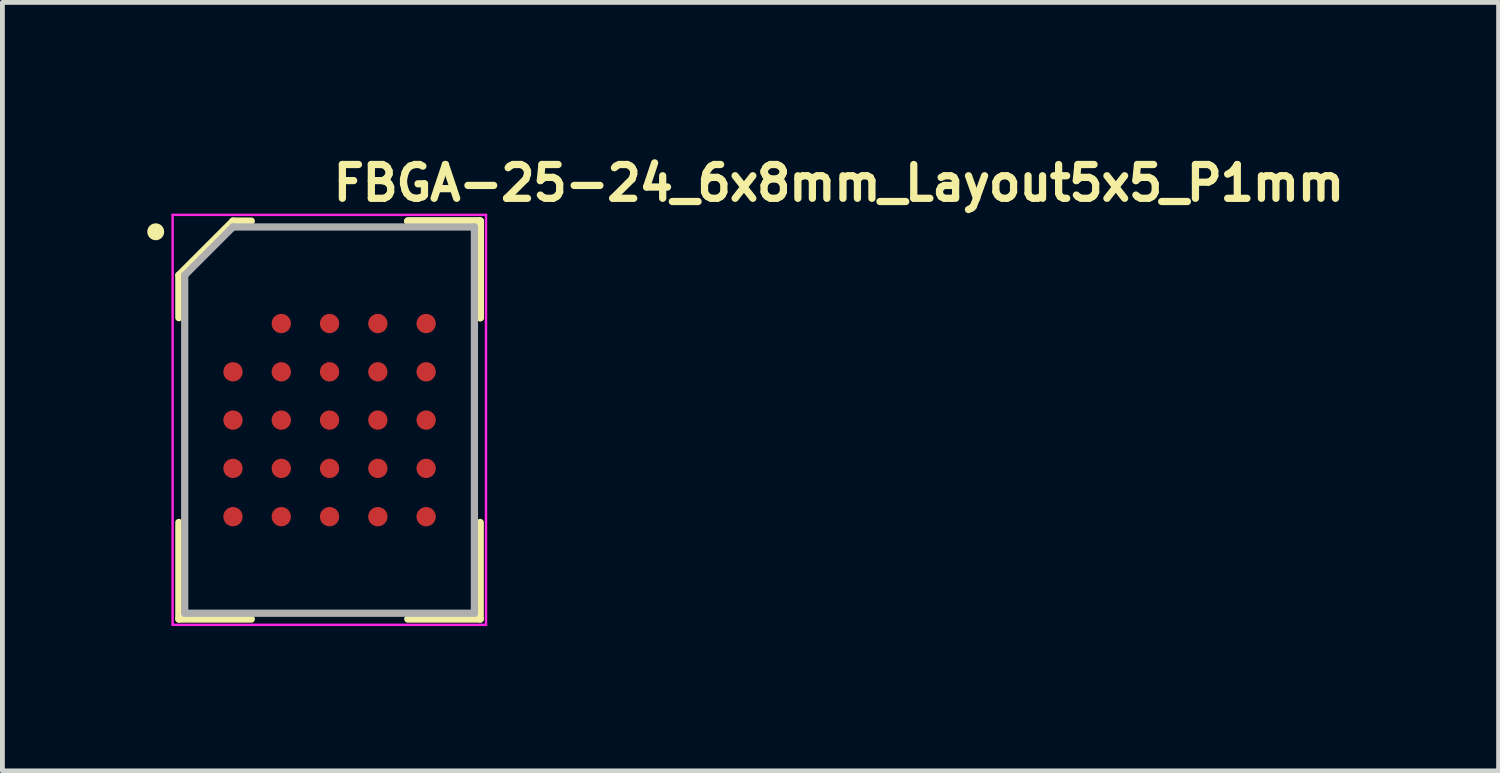
<source format=kicad_pcb>
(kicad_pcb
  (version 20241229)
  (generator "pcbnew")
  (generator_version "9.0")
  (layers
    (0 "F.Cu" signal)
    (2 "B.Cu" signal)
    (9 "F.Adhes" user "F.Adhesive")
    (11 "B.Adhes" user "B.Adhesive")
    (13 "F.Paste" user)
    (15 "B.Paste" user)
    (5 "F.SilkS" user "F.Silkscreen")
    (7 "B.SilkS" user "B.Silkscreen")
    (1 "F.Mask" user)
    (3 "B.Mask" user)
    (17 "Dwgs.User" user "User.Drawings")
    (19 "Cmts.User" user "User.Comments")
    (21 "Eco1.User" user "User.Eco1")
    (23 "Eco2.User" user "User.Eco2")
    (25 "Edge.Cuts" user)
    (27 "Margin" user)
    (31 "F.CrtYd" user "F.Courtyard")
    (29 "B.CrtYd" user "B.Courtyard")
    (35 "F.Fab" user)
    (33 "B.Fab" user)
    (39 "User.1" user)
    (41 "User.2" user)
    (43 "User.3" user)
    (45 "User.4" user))
  (footprint "FBGA-25-24_6x8mm_Layout5x5_P1mm"
    (layer "F.Cu")
    (at 3.775 5.65)
    (property "Reference" "FBGA-25-24_6x8mm_Layout5x5_P1mm" (at 0 -4.5 0) (layer "F.SilkS") (effects (font (size 0.7 0.7) (thickness 0.15)) (justify left bottom)))
    (attr smd)
    (fp_line (start -3.121 -3) (end -3.121 -2.121) (stroke (width 0.15) (type solid)) (layer "F.SilkS"))
    (fp_line (start -3.121 4.12) (end -3.121 2.12) (stroke (width 0.15) (type solid)) (layer "F.SilkS"))
    (fp_line (start -2 -4.121) (end -3.121 -3) (stroke (width 0.15) (type solid)) (layer "F.SilkS"))
    (fp_line (start -1.621 -4.121) (end -2 -4.121) (stroke (width 0.15) (type solid)) (layer "F.SilkS"))
    (fp_line (start -1.621 4.12) (end -3.121 4.12) (stroke (width 0.15) (type solid)) (layer "F.SilkS"))
    (fp_line (start 1.62 -4.121) (end 3.12 -4.121) (stroke (width 0.15) (type solid)) (layer "F.SilkS"))
    (fp_line (start 1.62 -4.121) (end 3.12 -4.121) (stroke (width 0.15) (type solid)) (layer "F.SilkS"))
    (fp_line (start 1.62 -4.121) (end 3.12 -4.121) (stroke (width 0.15) (type solid)) (layer "F.SilkS"))
    (fp_line (start 1.62 4.12) (end 3.12 4.12) (stroke (width 0.15) (type solid)) (layer "F.SilkS"))
    (fp_line (start 3.12 -4.121) (end 3.12 -2.121) (stroke (width 0.15) (type solid)) (layer "F.SilkS"))
    (fp_line (start 3.12 -4.121) (end 3.12 -2.121) (stroke (width 0.15) (type solid)) (layer "F.SilkS"))
    (fp_line (start 3.12 -4.121) (end 3.12 -2.121) (stroke (width 0.15) (type solid)) (layer "F.SilkS"))
    (fp_line (start 3.12 4.12) (end 3.12 2.12) (stroke (width 0.15) (type solid)) (layer "F.SilkS"))
    (fp_circle (center -3.6 -3.9) (end -3.5 -3.9) (stroke (width 0.15) (type solid)) (fill yes) (layer "F.SilkS"))
    (fp_line (start -3.25 -4.25) (end 3.24 -4.25) (stroke (width 0.05) (type solid)) (layer "F.CrtYd"))
    (fp_line (start -3.25 4.24) (end -3.25 -4.25) (stroke (width 0.05) (type solid)) (layer "F.CrtYd"))
    (fp_line (start 3.24 -4.25) (end 3.24 4.24) (stroke (width 0.05) (type solid)) (layer "F.CrtYd"))
    (fp_line (start 3.24 4.24) (end -3.25 4.24) (stroke (width 0.05) (type solid)) (layer "F.CrtYd"))
    (fp_line (start -3 -3) (end -3 4) (stroke (width 0.15) (type solid)) (layer "F.Fab"))
    (fp_line (start -3 4) (end 3 4) (stroke (width 0.15) (type solid)) (layer "F.Fab"))
    (fp_line (start -2 -4) (end -3 -3) (stroke (width 0.15) (type solid)) (layer "F.Fab"))
    (fp_line (start 3 -4) (end -2 -4) (stroke (width 0.15) (type solid)) (layer "F.Fab"))
    (fp_line (start 3 4) (end 3 -4) (stroke (width 0.15) (type solid)) (layer "F.Fab"))
    (fp_rect (start -3 -4) (end 3 4) (stroke (width 0.1) (type solid)) (fill no) (layer "User.5"))
    (fp_line (start -3 -4) (end -3 4) (stroke (width 0.02) (type solid)) (layer "User.9"))
    (fp_line (start -3 4) (end 3 4) (stroke (width 0.02) (type solid)) (layer "User.9"))
    (fp_line (start -2.099 -2.919) (end -2.099 -2.913) (stroke (width 0.02) (type solid)) (layer "User.9"))
    (fp_line (start -2.099 -2.913) (end -2.099 -2.906) (stroke (width 0.02) (type solid)) (layer "User.9"))
    (fp_line (start -2.099 -2.906) (end -2.099 -2.9) (stroke (width 0.02) (type solid)) (layer "User.9"))
    (fp_line (start -2.099 -2.9) (end -2.099 -2.886) (stroke (width 0.02) (type solid)) (layer "User.9"))
    (fp_line (start -2.099 -2.886) (end -2.098 -2.873) (stroke (width 0.02) (type solid)) (layer "User.9"))
    (fp_line (start -2.098 -2.926) (end -2.099 -2.919) (stroke (width 0.02) (type solid)) (layer "User.9"))
    (fp_line (start -2.098 -2.873) (end -2.096 -2.86) (stroke (width 0.02) (type solid)) (layer "User.9"))
    (fp_line (start -2.097 -2.933) (end -2.098 -2.926) (stroke (width 0.02) (type solid)) (layer "User.9"))
    (fp_line (start -2.096 -2.939) (end -2.097 -2.933) (stroke (width 0.02) (type solid)) (layer "User.9"))
    (fp_line (start -2.096 -2.86) (end -2.093 -2.847) (stroke (width 0.02) (type solid)) (layer "User.9"))
    (fp_line (start -2.095 -2.913) (end -2.095 -2.906) (stroke (width 0.02) (type solid)) (layer "User.9"))
    (fp_line (start -2.095 -2.906) (end -2.095 -2.9) (stroke (width 0.02) (type solid)) (layer "User.9"))
    (fp_line (start -2.095 -2.9) (end -2.095 -2.886) (stroke (width 0.02) (type solid)) (layer "User.9"))
    (fp_line (start -2.095 -2.886) (end -2.093 -2.874) (stroke (width 0.02) (type solid)) (layer "User.9"))
    (fp_line (start -2.094 -2.945) (end -2.096 -2.939) (stroke (width 0.02) (type solid)) (layer "User.9"))
    (fp_line (start -2.094 -2.919) (end -2.095 -2.913) (stroke (width 0.02) (type solid)) (layer "User.9"))
    (fp_line (start -2.093 -2.952) (end -2.094 -2.945) (stroke (width 0.02) (type solid)) (layer "User.9"))
    (fp_line (start -2.093 -2.925) (end -2.094 -2.919) (stroke (width 0.02) (type solid)) (layer "User.9"))
    (fp_line (start -2.093 -2.874) (end -2.091 -2.861) (stroke (width 0.02) (type solid)) (layer "User.9"))
    (fp_line (start -2.093 -2.847) (end -2.089 -2.835) (stroke (width 0.02) (type solid)) (layer "User.9"))
    (fp_line (start -2.092 -2.932) (end -2.093 -2.925) (stroke (width 0.02) (type solid)) (layer "User.9"))
    (fp_line (start -2.091 -2.958) (end -2.093 -2.952) (stroke (width 0.02) (type solid)) (layer "User.9"))
    (fp_line (start -2.091 -2.938) (end -2.092 -2.932) (stroke (width 0.02) (type solid)) (layer "User.9"))
    (fp_line (start -2.091 -2.861) (end -2.088 -2.848) (stroke (width 0.02) (type solid)) (layer "User.9"))
    (fp_line (start -2.09 -2.944) (end -2.091 -2.938) (stroke (width 0.02) (type solid)) (layer "User.9"))
    (fp_line (start -2.089 -2.964) (end -2.091 -2.958) (stroke (width 0.02) (type solid)) (layer "User.9"))
    (fp_line (start -2.089 -2.835) (end -2.084 -2.823) (stroke (width 0.02) (type solid)) (layer "User.9"))
    (fp_line (start -2.088 -2.951) (end -2.09 -2.944) (stroke (width 0.02) (type solid)) (layer "User.9"))
    (fp_line (start -2.088 -2.848) (end -2.085 -2.836) (stroke (width 0.02) (type solid)) (layer "User.9"))
    (fp_line (start -2.087 -2.97) (end -2.089 -2.964) (stroke (width 0.02) (type solid)) (layer "User.9"))
    (fp_line (start -2.087 -2.957) (end -2.088 -2.951) (stroke (width 0.02) (type solid)) (layer "User.9"))
    (fp_line (start -2.085 -2.963) (end -2.087 -2.957) (stroke (width 0.02) (type solid)) (layer "User.9"))
    (fp_line (start -2.085 -2.836) (end -2.08 -2.824) (stroke (width 0.02) (type solid)) (layer "User.9"))
    (fp_line (start -2.084 -2.976) (end -2.087 -2.97) (stroke (width 0.02) (type solid)) (layer "User.9"))
    (fp_line (start -2.084 -2.823) (end -2.079 -2.811) (stroke (width 0.02) (type solid)) (layer "User.9"))
    (fp_line (start -2.082 -2.982) (end -2.084 -2.976) (stroke (width 0.02) (type solid)) (layer "User.9"))
    (fp_line (start -2.082 -2.969) (end -2.085 -2.963) (stroke (width 0.02) (type solid)) (layer "User.9"))
    (fp_line (start -2.08 -2.975) (end -2.082 -2.969) (stroke (width 0.02) (type solid)) (layer "User.9"))
    (fp_line (start -2.08 -2.824) (end -2.075 -2.813) (stroke (width 0.02) (type solid)) (layer "User.9"))
    (fp_line (start -2.079 -2.988) (end -2.082 -2.982) (stroke (width 0.02) (type solid)) (layer "User.9"))
    (fp_line (start -2.079 -2.811) (end -2.073 -2.799) (stroke (width 0.02) (type solid)) (layer "User.9"))
    (fp_line (start -2.078 -2.98) (end -2.08 -2.975) (stroke (width 0.02) (type solid)) (layer "User.9"))
    (fp_line (start -2.076 -2.994) (end -2.079 -2.988) (stroke (width 0.02) (type solid)) (layer "User.9"))
    (fp_line (start -2.075 -2.986) (end -2.078 -2.98) (stroke (width 0.02) (type solid)) (layer "User.9"))
    (fp_line (start -2.075 -2.813) (end -2.069 -2.802) (stroke (width 0.02) (type solid)) (layer "User.9"))
    (fp_line (start -2.073 -3) (end -2.076 -2.994) (stroke (width 0.02) (type solid)) (layer "User.9"))
    (fp_line (start -2.073 -2.799) (end -2.066 -2.789) (stroke (width 0.02) (type solid)) (layer "User.9"))
    (fp_line (start -2.072 -2.992) (end -2.075 -2.986) (stroke (width 0.02) (type solid)) (layer "User.9"))
    (fp_line (start -2.069 -3.005) (end -2.073 -3) (stroke (width 0.02) (type solid)) (layer "User.9"))
    (fp_line (start -2.069 -2.997) (end -2.072 -2.992) (stroke (width 0.02) (type solid)) (layer "User.9"))
    (fp_line (start -2.069 -2.802) (end -2.062 -2.791) (stroke (width 0.02) (type solid)) (layer "User.9"))
    (fp_line (start -2.066 -3.01) (end -2.069 -3.005) (stroke (width 0.02) (type solid)) (layer "User.9"))
    (fp_line (start -2.066 -3.003) (end -2.069 -2.997) (stroke (width 0.02) (type solid)) (layer "User.9"))
    (fp_line (start -2.066 -2.789) (end -2.058 -2.778) (stroke (width 0.02) (type solid)) (layer "User.9"))
    (fp_line (start -2.062 -3.016) (end -2.066 -3.01) (stroke (width 0.02) (type solid)) (layer "User.9"))
    (fp_line (start -2.062 -3.008) (end -2.066 -3.003) (stroke (width 0.02) (type solid)) (layer "User.9"))
    (fp_line (start -2.062 -2.791) (end -2.055 -2.781) (stroke (width 0.02) (type solid)) (layer "User.9"))
    (fp_line (start -2.059 -3.013) (end -2.062 -3.008) (stroke (width 0.02) (type solid)) (layer "User.9"))
    (fp_line (start -2.058 -3.021) (end -2.062 -3.016) (stroke (width 0.02) (type solid)) (layer "User.9"))
    (fp_line (start -2.058 -2.778) (end -2.05 -2.768) (stroke (width 0.02) (type solid)) (layer "User.9"))
    (fp_line (start -2.055 -3.018) (end -2.059 -3.013) (stroke (width 0.02) (type solid)) (layer "User.9"))
    (fp_line (start -2.055 -2.781) (end -2.047 -2.771) (stroke (width 0.02) (type solid)) (layer "User.9"))
    (fp_line (start -2.054 -3.026) (end -2.058 -3.021) (stroke (width 0.02) (type solid)) (layer "User.9"))
    (fp_line (start -2.051 -3.023) (end -2.055 -3.018) (stroke (width 0.02) (type solid)) (layer "User.9"))
    (fp_line (start -2.05 -3.031) (end -2.054 -3.026) (stroke (width 0.02) (type solid)) (layer "User.9"))
    (fp_line (start -2.05 -2.768) (end -2.041 -2.758) (stroke (width 0.02) (type solid)) (layer "User.9"))
    (fp_line (start -2.047 -3.028) (end -2.051 -3.023) (stroke (width 0.02) (type solid)) (layer "User.9"))
    (fp_line (start -2.047 -2.771) (end -2.038 -2.761) (stroke (width 0.02) (type solid)) (layer "User.9"))
    (fp_line (start -2.046 -3.036) (end -2.05 -3.031) (stroke (width 0.02) (type solid)) (layer "User.9"))
    (fp_line (start -2.043 -3.033) (end -2.047 -3.028) (stroke (width 0.02) (type solid)) (layer "User.9"))
    (fp_line (start -2.041 -3.041) (end -2.046 -3.036) (stroke (width 0.02) (type solid)) (layer "User.9"))
    (fp_line (start -2.041 -2.758) (end -2.032 -2.749) (stroke (width 0.02) (type solid)) (layer "User.9"))
    (fp_line (start -2.038 -3.038) (end -2.043 -3.033) (stroke (width 0.02) (type solid)) (layer "User.9"))
    (fp_line (start -2.038 -2.761) (end -2.029 -2.753) (stroke (width 0.02) (type solid)) (layer "User.9"))
    (fp_line (start -2.037 -3.045) (end -2.041 -3.041) (stroke (width 0.02) (type solid)) (layer "User.9"))
    (fp_line (start -2.034 -3.042) (end -2.038 -3.038) (stroke (width 0.02) (type solid)) (layer "User.9"))
    (fp_line (start -2.032 -3.05) (end -2.037 -3.045) (stroke (width 0.02) (type solid)) (layer "User.9"))
    (fp_line (start -2.032 -2.749) (end -2.022 -2.741) (stroke (width 0.02) (type solid)) (layer "User.9"))
    (fp_line (start -2.029 -3.046) (end -2.034 -3.042) (stroke (width 0.02) (type solid)) (layer "User.9"))
    (fp_line (start -2.029 -2.753) (end -2.019 -2.745) (stroke (width 0.02) (type solid)) (layer "User.9"))
    (fp_line (start -2.027 -3.054) (end -2.032 -3.05) (stroke (width 0.02) (type solid)) (layer "User.9"))
    (fp_line (start -2.024 -3.05) (end -2.029 -3.046) (stroke (width 0.02) (type solid)) (layer "User.9"))
    (fp_line (start -2.022 -3.058) (end -2.027 -3.054) (stroke (width 0.02) (type solid)) (layer "User.9"))
    (fp_line (start -2.022 -2.741) (end -2.011 -2.733) (stroke (width 0.02) (type solid)) (layer "User.9"))
    (fp_line (start -2.019 -3.054) (end -2.024 -3.05) (stroke (width 0.02) (type solid)) (layer "User.9"))
    (fp_line (start -2.019 -2.745) (end -2.008 -2.737) (stroke (width 0.02) (type solid)) (layer "User.9"))
    (fp_line (start -2.016 -3.062) (end -2.022 -3.058) (stroke (width 0.02) (type solid)) (layer "User.9"))
    (fp_line (start -2.014 -3.058) (end -2.019 -3.054) (stroke (width 0.02) (type solid)) (layer "User.9"))
    (fp_line (start -2.011 -3.066) (end -2.016 -3.062) (stroke (width 0.02) (type solid)) (layer "User.9"))
    (fp_line (start -2.011 -2.733) (end -2 -2.726) (stroke (width 0.02) (type solid)) (layer "User.9"))
    (fp_line (start -2.008 -3.062) (end -2.014 -3.058) (stroke (width 0.02) (type solid)) (layer "User.9"))
    (fp_line (start -2.008 -2.737) (end -1.997 -2.73) (stroke (width 0.02) (type solid)) (layer "User.9"))
    (fp_line (start -2.005 -3.069) (end -2.011 -3.066) (stroke (width 0.02) (type solid)) (layer "User.9"))
    (fp_line (start -2.003 -3.066) (end -2.008 -3.062) (stroke (width 0.02) (type solid)) (layer "User.9"))
    (fp_line (start -2 -3.073) (end -2.005 -3.069) (stroke (width 0.02) (type solid)) (layer "User.9"))
    (fp_line (start -2 -3.073) (end -2 -3.073) (stroke (width 0.02) (type solid)) (layer "User.9"))
    (fp_line (start -2 -2.726) (end -2 -2.726) (stroke (width 0.02) (type solid)) (layer "User.9"))
    (fp_line (start -2 -2.726) (end -1.988 -2.72) (stroke (width 0.02) (type solid)) (layer "User.9"))
    (fp_line (start -1.997 -3.069) (end -2.003 -3.066) (stroke (width 0.02) (type solid)) (layer "User.9"))
    (fp_line (start -1.997 -3.069) (end -1.997 -3.069) (stroke (width 0.02) (type solid)) (layer "User.9"))
    (fp_line (start -1.997 -2.73) (end -1.997 -2.73) (stroke (width 0.02) (type solid)) (layer "User.9"))
    (fp_line (start -1.997 -2.73) (end -1.986 -2.724) (stroke (width 0.02) (type solid)) (layer "User.9"))
    (fp_line (start -1.988 -3.079) (end -2 -3.073) (stroke (width 0.02) (type solid)) (layer "User.9"))
    (fp_line (start -1.988 -2.72) (end -1.976 -2.715) (stroke (width 0.02) (type solid)) (layer "User.9"))
    (fp_line (start -1.986 -3.075) (end -1.997 -3.069) (stroke (width 0.02) (type solid)) (layer "User.9"))
    (fp_line (start -1.986 -2.724) (end -1.974 -2.719) (stroke (width 0.02) (type solid)) (layer "User.9"))
    (fp_line (start -1.976 -3.084) (end -1.988 -3.079) (stroke (width 0.02) (type solid)) (layer "User.9"))
    (fp_line (start -1.976 -2.715) (end -1.963 -2.71) (stroke (width 0.02) (type solid)) (layer "User.9"))
    (fp_line (start -1.974 -3.08) (end -1.986 -3.075) (stroke (width 0.02) (type solid)) (layer "User.9"))
    (fp_line (start -1.974 -2.719) (end -1.962 -2.714) (stroke (width 0.02) (type solid)) (layer "User.9"))
    (fp_line (start -1.963 -3.089) (end -1.976 -3.084) (stroke (width 0.02) (type solid)) (layer "User.9"))
    (fp_line (start -1.963 -2.71) (end -1.951 -2.706) (stroke (width 0.02) (type solid)) (layer "User.9"))
    (fp_line (start -1.962 -3.085) (end -1.974 -3.08) (stroke (width 0.02) (type solid)) (layer "User.9"))
    (fp_line (start -1.962 -2.714) (end -1.95 -2.71) (stroke (width 0.02) (type solid)) (layer "User.9"))
    (fp_line (start -1.951 -3.093) (end -1.963 -3.089) (stroke (width 0.02) (type solid)) (layer "User.9"))
    (fp_line (start -1.951 -2.706) (end -1.938 -2.703) (stroke (width 0.02) (type solid)) (layer "User.9"))
    (fp_line (start -1.95 -3.089) (end -1.962 -3.085) (stroke (width 0.02) (type solid)) (layer "User.9"))
    (fp_line (start -1.95 -2.71) (end -1.937 -2.708) (stroke (width 0.02) (type solid)) (layer "User.9"))
    (fp_line (start -1.938 -3.096) (end -1.951 -3.093) (stroke (width 0.02) (type solid)) (layer "User.9"))
    (fp_line (start -1.938 -2.703) (end -1.925 -2.701) (stroke (width 0.02) (type solid)) (layer "User.9"))
    (fp_line (start -1.937 -3.091) (end -1.95 -3.089) (stroke (width 0.02) (type solid)) (layer "User.9"))
    (fp_line (start -1.937 -2.708) (end -1.925 -2.706) (stroke (width 0.02) (type solid)) (layer "User.9"))
    (fp_line (start -1.925 -3.098) (end -1.938 -3.096) (stroke (width 0.02) (type solid)) (layer "User.9"))
    (fp_line (start -1.925 -3.093) (end -1.937 -3.091) (stroke (width 0.02) (type solid)) (layer "User.9"))
    (fp_line (start -1.925 -2.706) (end -1.912 -2.704) (stroke (width 0.02) (type solid)) (layer "User.9"))
    (fp_line (start -1.925 -2.701) (end -1.912 -2.7) (stroke (width 0.02) (type solid)) (layer "User.9"))
    (fp_line (start -1.912 -3.099) (end -1.925 -3.098) (stroke (width 0.02) (type solid)) (layer "User.9"))
    (fp_line (start -1.912 -3.095) (end -1.925 -3.093) (stroke (width 0.02) (type solid)) (layer "User.9"))
    (fp_line (start -1.912 -2.704) (end -1.9 -2.704) (stroke (width 0.02) (type solid)) (layer "User.9"))
    (fp_line (start -1.912 -2.7) (end -1.9 -2.699) (stroke (width 0.02) (type solid)) (layer "User.9"))
    (fp_line (start -1.9 -3.1) (end -1.912 -3.099) (stroke (width 0.02) (type solid)) (layer "User.9"))
    (fp_line (start -1.9 -3.095) (end -1.912 -3.095) (stroke (width 0.02) (type solid)) (layer "User.9"))
    (fp_line (start -1.9 -2.704) (end -1.887 -2.704) (stroke (width 0.02) (type solid)) (layer "User.9"))
    (fp_line (start -1.9 -2.699) (end -1.887 -2.7) (stroke (width 0.02) (type solid)) (layer "User.9"))
    (fp_line (start -1.887 -3.099) (end -1.9 -3.1) (stroke (width 0.02) (type solid)) (layer "User.9"))
    (fp_line (start -1.887 -3.095) (end -1.9 -3.095) (stroke (width 0.02) (type solid)) (layer "User.9"))
    (fp_line (start -1.887 -2.704) (end -1.874 -2.706) (stroke (width 0.02) (type solid)) (layer "User.9"))
    (fp_line (start -1.887 -2.7) (end -1.874 -2.701) (stroke (width 0.02) (type solid)) (layer "User.9"))
    (fp_line (start -1.874 -3.098) (end -1.887 -3.099) (stroke (width 0.02) (type solid)) (layer "User.9"))
    (fp_line (start -1.874 -3.093) (end -1.887 -3.095) (stroke (width 0.02) (type solid)) (layer "User.9"))
    (fp_line (start -1.874 -2.706) (end -1.862 -2.708) (stroke (width 0.02) (type solid)) (layer "User.9"))
    (fp_line (start -1.874 -2.701) (end -1.861 -2.703) (stroke (width 0.02) (type solid)) (layer "User.9"))
    (fp_line (start -1.862 -3.091) (end -1.874 -3.093) (stroke (width 0.02) (type solid)) (layer "User.9"))
    (fp_line (start -1.862 -2.708) (end -1.849 -2.71) (stroke (width 0.02) (type solid)) (layer "User.9"))
    (fp_line (start -1.861 -3.096) (end -1.874 -3.098) (stroke (width 0.02) (type solid)) (layer "User.9"))
    (fp_line (start -1.861 -2.703) (end -1.848 -2.706) (stroke (width 0.02) (type solid)) (layer "User.9"))
    (fp_line (start -1.849 -3.089) (end -1.862 -3.091) (stroke (width 0.02) (type solid)) (layer "User.9"))
    (fp_line (start -1.849 -2.71) (end -1.837 -2.714) (stroke (width 0.02) (type solid)) (layer "User.9"))
    (fp_line (start -1.848 -3.093) (end -1.861 -3.096) (stroke (width 0.02) (type solid)) (layer "User.9"))
    (fp_line (start -1.848 -2.706) (end -1.836 -2.71) (stroke (width 0.02) (type solid)) (layer "User.9"))
    (fp_line (start -1.837 -3.085) (end -1.849 -3.089) (stroke (width 0.02) (type solid)) (layer "User.9"))
    (fp_line (start -1.837 -2.714) (end -1.825 -2.719) (stroke (width 0.02) (type solid)) (layer "User.9"))
    (fp_line (start -1.836 -3.089) (end -1.848 -3.093) (stroke (width 0.02) (type solid)) (layer "User.9"))
    (fp_line (start -1.836 -2.71) (end -1.823 -2.715) (stroke (width 0.02) (type solid)) (layer "User.9"))
    (fp_line (start -1.825 -3.08) (end -1.837 -3.085) (stroke (width 0.02) (type solid)) (layer "User.9"))
    (fp_line (start -1.825 -2.719) (end -1.813 -2.724) (stroke (width 0.02) (type solid)) (layer "User.9"))
    (fp_line (start -1.823 -3.084) (end -1.836 -3.089) (stroke (width 0.02) (type solid)) (layer "User.9"))
    (fp_line (start -1.823 -2.715) (end -1.811 -2.72) (stroke (width 0.02) (type solid)) (layer "User.9"))
    (fp_line (start -1.813 -3.075) (end -1.825 -3.08) (stroke (width 0.02) (type solid)) (layer "User.9"))
    (fp_line (start -1.813 -2.724) (end -1.802 -2.73) (stroke (width 0.02) (type solid)) (layer "User.9"))
    (fp_line (start -1.811 -3.079) (end -1.823 -3.084) (stroke (width 0.02) (type solid)) (layer "User.9"))
    (fp_line (start -1.811 -2.72) (end -1.799 -2.726) (stroke (width 0.02) (type solid)) (layer "User.9"))
    (fp_line (start -1.802 -3.069) (end -1.813 -3.075) (stroke (width 0.02) (type solid)) (layer "User.9"))
    (fp_line (start -1.802 -3.069) (end -1.802 -3.069) (stroke (width 0.02) (type solid)) (layer "User.9"))
    (fp_line (start -1.802 -2.73) (end -1.802 -2.73) (stroke (width 0.02) (type solid)) (layer "User.9"))
    (fp_line (start -1.802 -2.73) (end -1.796 -2.733) (stroke (width 0.02) (type solid)) (layer "User.9"))
    (fp_line (start -1.799 -3.073) (end -1.811 -3.079) (stroke (width 0.02) (type solid)) (layer "User.9"))
    (fp_line (start -1.799 -3.073) (end -1.799 -3.073) (stroke (width 0.02) (type solid)) (layer "User.9"))
    (fp_line (start -1.799 -2.726) (end -1.799 -2.726) (stroke (width 0.02) (type solid)) (layer "User.9"))
    (fp_line (start -1.799 -2.726) (end -1.794 -2.73) (stroke (width 0.02) (type solid)) (layer "User.9"))
    (fp_line (start -1.796 -2.733) (end -1.791 -2.737) (stroke (width 0.02) (type solid)) (layer "User.9"))
    (fp_line (start -1.794 -2.73) (end -1.788 -2.733) (stroke (width 0.02) (type solid)) (layer "User.9"))
    (fp_line (start -1.791 -3.062) (end -1.802 -3.069) (stroke (width 0.02) (type solid)) (layer "User.9"))
    (fp_line (start -1.791 -2.737) (end -1.785 -2.741) (stroke (width 0.02) (type solid)) (layer "User.9"))
    (fp_line (start -1.788 -3.066) (end -1.799 -3.073) (stroke (width 0.02) (type solid)) (layer "User.9"))
    (fp_line (start -1.788 -2.733) (end -1.783 -2.737) (stroke (width 0.02) (type solid)) (layer "User.9"))
    (fp_line (start -1.785 -2.741) (end -1.78 -2.745) (stroke (width 0.02) (type solid)) (layer "User.9"))
    (fp_line (start -1.783 -2.737) (end -1.777 -2.741) (stroke (width 0.02) (type solid)) (layer "User.9"))
    (fp_line (start -1.78 -3.054) (end -1.791 -3.062) (stroke (width 0.02) (type solid)) (layer "User.9"))
    (fp_line (start -1.78 -2.745) (end -1.775 -2.749) (stroke (width 0.02) (type solid)) (layer "User.9"))
    (fp_line (start -1.777 -3.058) (end -1.788 -3.066) (stroke (width 0.02) (type solid)) (layer "User.9"))
    (fp_line (start -1.777 -2.741) (end -1.772 -2.745) (stroke (width 0.02) (type solid)) (layer "User.9"))
    (fp_line (start -1.775 -2.749) (end -1.77 -2.753) (stroke (width 0.02) (type solid)) (layer "User.9"))
    (fp_line (start -1.772 -2.745) (end -1.767 -2.749) (stroke (width 0.02) (type solid)) (layer "User.9"))
    (fp_line (start -1.77 -3.046) (end -1.78 -3.054) (stroke (width 0.02) (type solid)) (layer "User.9"))
    (fp_line (start -1.77 -2.753) (end -1.765 -2.757) (stroke (width 0.02) (type solid)) (layer "User.9"))
    (fp_line (start -1.767 -3.05) (end -1.777 -3.058) (stroke (width 0.02) (type solid)) (layer "User.9"))
    (fp_line (start -1.767 -2.749) (end -1.762 -2.754) (stroke (width 0.02) (type solid)) (layer "User.9"))
    (fp_line (start -1.765 -2.757) (end -1.761 -2.761) (stroke (width 0.02) (type solid)) (layer "User.9"))
    (fp_line (start -1.762 -2.754) (end -1.758 -2.758) (stroke (width 0.02) (type solid)) (layer "User.9"))
    (fp_line (start -1.761 -3.038) (end -1.77 -3.046) (stroke (width 0.02) (type solid)) (layer "User.9"))
    (fp_line (start -1.761 -2.761) (end -1.756 -2.766) (stroke (width 0.02) (type solid)) (layer "User.9"))
    (fp_line (start -1.758 -3.041) (end -1.767 -3.05) (stroke (width 0.02) (type solid)) (layer "User.9"))
    (fp_line (start -1.758 -2.758) (end -1.753 -2.763) (stroke (width 0.02) (type solid)) (layer "User.9"))
    (fp_line (start -1.756 -2.766) (end -1.752 -2.771) (stroke (width 0.02) (type solid)) (layer "User.9"))
    (fp_line (start -1.753 -2.763) (end -1.749 -2.768) (stroke (width 0.02) (type solid)) (layer "User.9"))
    (fp_line (start -1.752 -3.028) (end -1.761 -3.038) (stroke (width 0.02) (type solid)) (layer "User.9"))
    (fp_line (start -1.752 -2.771) (end -1.748 -2.776) (stroke (width 0.02) (type solid)) (layer "User.9"))
    (fp_line (start -1.749 -3.031) (end -1.758 -3.041) (stroke (width 0.02) (type solid)) (layer "User.9"))
    (fp_line (start -1.749 -2.768) (end -1.745 -2.773) (stroke (width 0.02) (type solid)) (layer "User.9"))
    (fp_line (start -1.748 -2.776) (end -1.744 -2.781) (stroke (width 0.02) (type solid)) (layer "User.9"))
    (fp_line (start -1.745 -2.773) (end -1.741 -2.778) (stroke (width 0.02) (type solid)) (layer "User.9"))
    (fp_line (start -1.744 -3.018) (end -1.752 -3.028) (stroke (width 0.02) (type solid)) (layer "User.9"))
    (fp_line (start -1.744 -2.781) (end -1.74 -2.786) (stroke (width 0.02) (type solid)) (layer "User.9"))
    (fp_line (start -1.741 -3.021) (end -1.749 -3.031) (stroke (width 0.02) (type solid)) (layer "User.9"))
    (fp_line (start -1.741 -2.778) (end -1.737 -2.783) (stroke (width 0.02) (type solid)) (layer "User.9"))
    (fp_line (start -1.74 -2.786) (end -1.737 -2.791) (stroke (width 0.02) (type solid)) (layer "User.9"))
    (fp_line (start -1.737 -3.008) (end -1.744 -3.018) (stroke (width 0.02) (type solid)) (layer "User.9"))
    (fp_line (start -1.737 -2.791) (end -1.733 -2.796) (stroke (width 0.02) (type solid)) (layer "User.9"))
    (fp_line (start -1.737 -2.783) (end -1.733 -2.789) (stroke (width 0.02) (type solid)) (layer "User.9"))
    (fp_line (start -1.733 -3.01) (end -1.741 -3.021) (stroke (width 0.02) (type solid)) (layer "User.9"))
    (fp_line (start -1.733 -2.796) (end -1.73 -2.802) (stroke (width 0.02) (type solid)) (layer "User.9"))
    (fp_line (start -1.733 -2.789) (end -1.73 -2.794) (stroke (width 0.02) (type solid)) (layer "User.9"))
    (fp_line (start -1.73 -2.997) (end -1.737 -3.008) (stroke (width 0.02) (type solid)) (layer "User.9"))
    (fp_line (start -1.73 -2.802) (end -1.727 -2.807) (stroke (width 0.02) (type solid)) (layer "User.9"))
    (fp_line (start -1.73 -2.794) (end -1.726 -2.799) (stroke (width 0.02) (type solid)) (layer "User.9"))
    (fp_line (start -1.727 -2.807) (end -1.724 -2.813) (stroke (width 0.02) (type solid)) (layer "User.9"))
    (fp_line (start -1.726 -3) (end -1.733 -3.01) (stroke (width 0.02) (type solid)) (layer "User.9"))
    (fp_line (start -1.726 -2.799) (end -1.723 -2.805) (stroke (width 0.02) (type solid)) (layer "User.9"))
    (fp_line (start -1.724 -2.986) (end -1.73 -2.997) (stroke (width 0.02) (type solid)) (layer "User.9"))
    (fp_line (start -1.724 -2.813) (end -1.721 -2.819) (stroke (width 0.02) (type solid)) (layer "User.9"))
    (fp_line (start -1.723 -2.805) (end -1.72 -2.811) (stroke (width 0.02) (type solid)) (layer "User.9"))
    (fp_line (start -1.721 -2.819) (end -1.719 -2.824) (stroke (width 0.02) (type solid)) (layer "User.9"))
    (fp_line (start -1.72 -2.988) (end -1.726 -3) (stroke (width 0.02) (type solid)) (layer "User.9"))
    (fp_line (start -1.72 -2.811) (end -1.717 -2.817) (stroke (width 0.02) (type solid)) (layer "User.9"))
    (fp_line (start -1.719 -2.975) (end -1.724 -2.986) (stroke (width 0.02) (type solid)) (layer "User.9"))
    (fp_line (start -1.719 -2.824) (end -1.717 -2.83) (stroke (width 0.02) (type solid)) (layer "User.9"))
    (fp_line (start -1.717 -2.83) (end -1.714 -2.836) (stroke (width 0.02) (type solid)) (layer "User.9"))
    (fp_line (start -1.717 -2.817) (end -1.715 -2.823) (stroke (width 0.02) (type solid)) (layer "User.9"))
    (fp_line (start -1.715 -2.976) (end -1.72 -2.988) (stroke (width 0.02) (type solid)) (layer "User.9"))
    (fp_line (start -1.715 -2.823) (end -1.712 -2.829) (stroke (width 0.02) (type solid)) (layer "User.9"))
    (fp_line (start -1.714 -2.963) (end -1.719 -2.975) (stroke (width 0.02) (type solid)) (layer "User.9"))
    (fp_line (start -1.714 -2.836) (end -1.712 -2.842) (stroke (width 0.02) (type solid)) (layer "User.9"))
    (fp_line (start -1.712 -2.842) (end -1.711 -2.848) (stroke (width 0.02) (type solid)) (layer "User.9"))
    (fp_line (start -1.712 -2.829) (end -1.71 -2.835) (stroke (width 0.02) (type solid)) (layer "User.9"))
    (fp_line (start -1.711 -2.951) (end -1.714 -2.963) (stroke (width 0.02) (type solid)) (layer "User.9"))
    (fp_line (start -1.711 -2.848) (end -1.709 -2.855) (stroke (width 0.02) (type solid)) (layer "User.9"))
    (fp_line (start -1.71 -2.964) (end -1.715 -2.976) (stroke (width 0.02) (type solid)) (layer "User.9"))
    (fp_line (start -1.71 -2.835) (end -1.708 -2.841) (stroke (width 0.02) (type solid)) (layer "User.9"))
    (fp_line (start -1.709 -2.855) (end -1.708 -2.861) (stroke (width 0.02) (type solid)) (layer "User.9"))
    (fp_line (start -1.708 -2.938) (end -1.711 -2.951) (stroke (width 0.02) (type solid)) (layer "User.9"))
    (fp_line (start -1.708 -2.861) (end -1.707 -2.867) (stroke (width 0.02) (type solid)) (layer "User.9"))
    (fp_line (start -1.708 -2.841) (end -1.706 -2.847) (stroke (width 0.02) (type solid)) (layer "User.9"))
    (fp_line (start -1.707 -2.867) (end -1.706 -2.874) (stroke (width 0.02) (type solid)) (layer "User.9"))
    (fp_line (start -1.706 -2.952) (end -1.71 -2.964) (stroke (width 0.02) (type solid)) (layer "User.9"))
    (fp_line (start -1.706 -2.925) (end -1.708 -2.938) (stroke (width 0.02) (type solid)) (layer "User.9"))
    (fp_line (start -1.706 -2.874) (end -1.705 -2.88) (stroke (width 0.02) (type solid)) (layer "User.9"))
    (fp_line (start -1.706 -2.847) (end -1.705 -2.854) (stroke (width 0.02) (type solid)) (layer "User.9"))
    (fp_line (start -1.705 -2.88) (end -1.704 -2.886) (stroke (width 0.02) (type solid)) (layer "User.9"))
    (fp_line (start -1.705 -2.854) (end -1.703 -2.86) (stroke (width 0.02) (type solid)) (layer "User.9"))
    (fp_line (start -1.704 -2.913) (end -1.706 -2.925) (stroke (width 0.02) (type solid)) (layer "User.9"))
    (fp_line (start -1.704 -2.9) (end -1.704 -2.913) (stroke (width 0.02) (type solid)) (layer "User.9"))
    (fp_line (start -1.704 -2.893) (end -1.704 -2.9) (stroke (width 0.02) (type solid)) (layer "User.9"))
    (fp_line (start -1.704 -2.886) (end -1.704 -2.893) (stroke (width 0.02) (type solid)) (layer "User.9"))
    (fp_line (start -1.703 -2.939) (end -1.706 -2.952) (stroke (width 0.02) (type solid)) (layer "User.9"))
    (fp_line (start -1.703 -2.86) (end -1.702 -2.866) (stroke (width 0.02) (type solid)) (layer "User.9"))
    (fp_line (start -1.702 -2.866) (end -1.701 -2.873) (stroke (width 0.02) (type solid)) (layer "User.9"))
    (fp_line (start -1.701 -2.926) (end -1.703 -2.939) (stroke (width 0.02) (type solid)) (layer "User.9"))
    (fp_line (start -1.701 -2.873) (end -1.7 -2.88) (stroke (width 0.02) (type solid)) (layer "User.9"))
    (fp_line (start -1.7 -2.913) (end -1.701 -2.926) (stroke (width 0.02) (type solid)) (layer "User.9"))
    (fp_line (start -1.7 -2.893) (end -1.699 -2.9) (stroke (width 0.02) (type solid)) (layer "User.9"))
    (fp_line (start -1.7 -2.886) (end -1.7 -2.893) (stroke (width 0.02) (type solid)) (layer "User.9"))
    (fp_line (start -1.7 -2.88) (end -1.7 -2.886) (stroke (width 0.02) (type solid)) (layer "User.9"))
    (fp_line (start -1.699 -2.9) (end -1.7 -2.913) (stroke (width 0.02) (type solid)) (layer "User.9"))
    (fp_line (start 3 -4) (end -3 -4) (stroke (width 0.02) (type solid)) (layer "User.9"))
    (fp_line (start 3 4) (end 3 -4) (stroke (width 0.02) (type solid)) (layer "User.9"))
    (pad "A2" smd circle (at -1 -2) (size 0.4 0.4) (layers "F.Cu" "F.Mask" "F.Paste"))
    (pad "A3" smd circle (at 0 -2) (size 0.4 0.4) (layers "F.Cu" "F.Mask" "F.Paste"))
    (pad "A4" smd circle (at 1 -2) (size 0.4 0.4) (layers "F.Cu" "F.Mask" "F.Paste"))
    (pad "A5" smd circle (at 2 -2) (size 0.4 0.4) (layers "F.Cu" "F.Mask" "F.Paste"))
    (pad "B1" smd circle (at -2 -1) (size 0.4 0.4) (layers "F.Cu" "F.Mask" "F.Paste"))
    (pad "B2" smd circle (at -1 -1) (size 0.4 0.4) (layers "F.Cu" "F.Mask" "F.Paste"))
    (pad "B3" smd circle (at 0 -1) (size 0.4 0.4) (layers "F.Cu" "F.Mask" "F.Paste"))
    (pad "B4" smd circle (at 1 -1) (size 0.4 0.4) (layers "F.Cu" "F.Mask" "F.Paste"))
    (pad "B5" smd circle (at 2 -1) (size 0.4 0.4) (layers "F.Cu" "F.Mask" "F.Paste"))
    (pad "C1" smd circle (at -2 0) (size 0.4 0.4) (layers "F.Cu" "F.Mask" "F.Paste"))
    (pad "C2" smd circle (at -1 0) (size 0.4 0.4) (layers "F.Cu" "F.Mask" "F.Paste"))
    (pad "C3" smd circle (at 0 0) (size 0.4 0.4) (layers "F.Cu" "F.Mask" "F.Paste"))
    (pad "C4" smd circle (at 1 0) (size 0.4 0.4) (layers "F.Cu" "F.Mask" "F.Paste"))
    (pad "C5" smd circle (at 2 0) (size 0.4 0.4) (layers "F.Cu" "F.Mask" "F.Paste"))
    (pad "D1" smd circle (at -2 1) (size 0.4 0.4) (layers "F.Cu" "F.Mask" "F.Paste"))
    (pad "D2" smd circle (at -1 1) (size 0.4 0.4) (layers "F.Cu" "F.Mask" "F.Paste"))
    (pad "D3" smd circle (at 0 1) (size 0.4 0.4) (layers "F.Cu" "F.Mask" "F.Paste"))
    (pad "D4" smd circle (at 1 1) (size 0.4 0.4) (layers "F.Cu" "F.Mask" "F.Paste"))
    (pad "D5" smd circle (at 2 1) (size 0.4 0.4) (layers "F.Cu" "F.Mask" "F.Paste"))
    (pad "E1" smd circle (at -2 2) (size 0.4 0.4) (layers "F.Cu" "F.Mask" "F.Paste"))
    (pad "E2" smd circle (at -1 2) (size 0.4 0.4) (layers "F.Cu" "F.Mask" "F.Paste"))
    (pad "E3" smd circle (at 0 2) (size 0.4 0.4) (layers "F.Cu" "F.Mask" "F.Paste"))
    (pad "E4" smd circle (at 1 2) (size 0.4 0.4) (layers "F.Cu" "F.Mask" "F.Paste"))
    (pad "E5" smd circle (at 2 2) (size 0.4 0.4) (layers "F.Cu" "F.Mask" "F.Paste")))
  (gr_rect
    (start -3 -3)
    (end 27.985 12.915)
    (stroke (width 0.1) (type default))
    (fill no)
    (layer "Edge.Cuts")))
</source>
